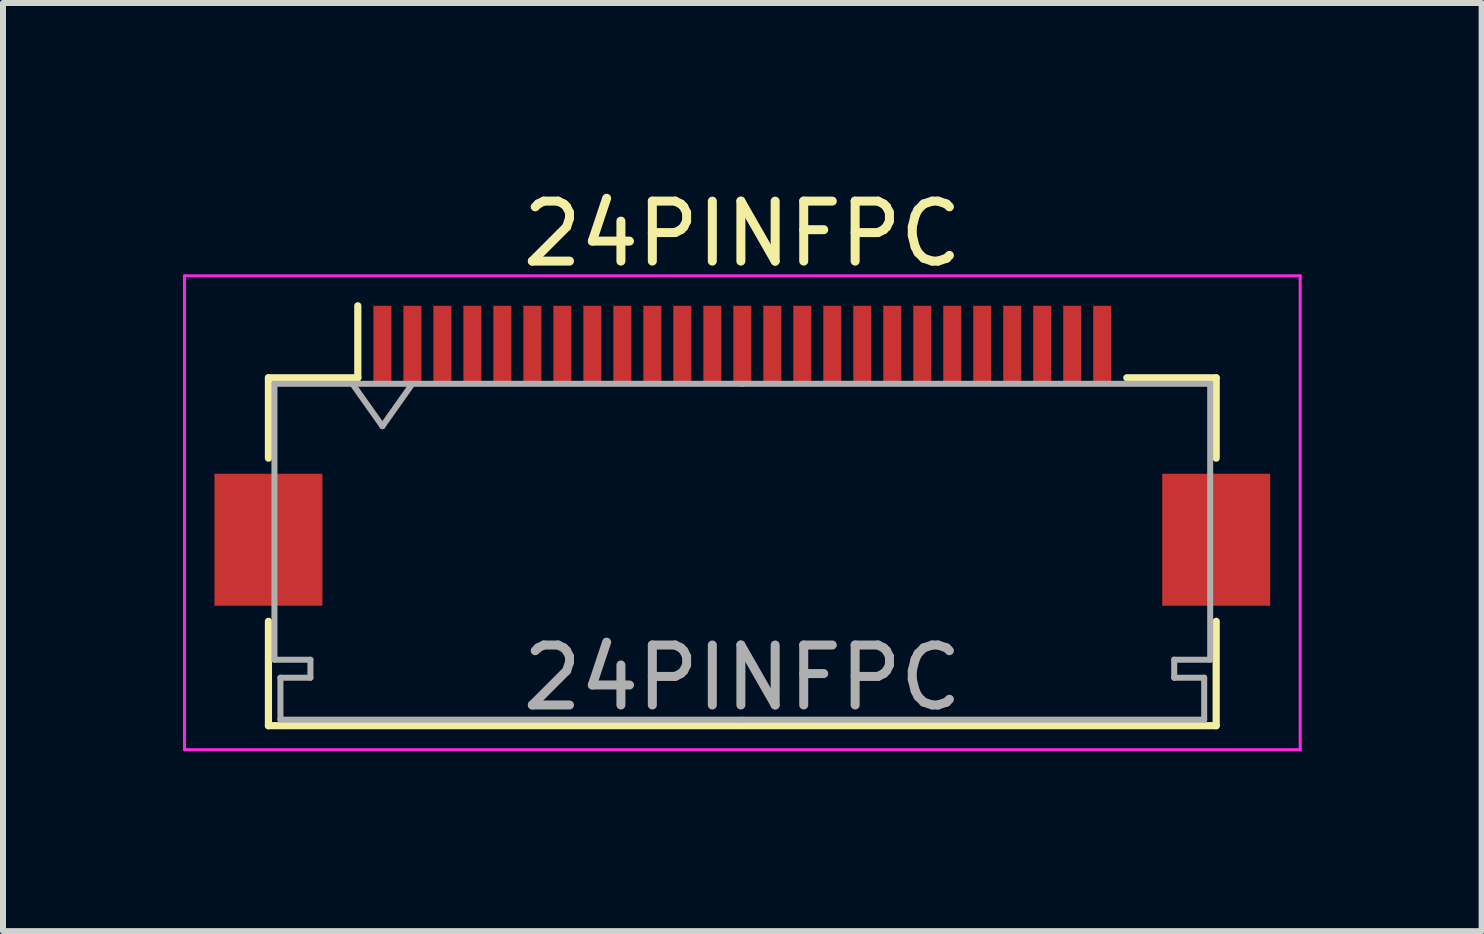
<source format=kicad_pcb>
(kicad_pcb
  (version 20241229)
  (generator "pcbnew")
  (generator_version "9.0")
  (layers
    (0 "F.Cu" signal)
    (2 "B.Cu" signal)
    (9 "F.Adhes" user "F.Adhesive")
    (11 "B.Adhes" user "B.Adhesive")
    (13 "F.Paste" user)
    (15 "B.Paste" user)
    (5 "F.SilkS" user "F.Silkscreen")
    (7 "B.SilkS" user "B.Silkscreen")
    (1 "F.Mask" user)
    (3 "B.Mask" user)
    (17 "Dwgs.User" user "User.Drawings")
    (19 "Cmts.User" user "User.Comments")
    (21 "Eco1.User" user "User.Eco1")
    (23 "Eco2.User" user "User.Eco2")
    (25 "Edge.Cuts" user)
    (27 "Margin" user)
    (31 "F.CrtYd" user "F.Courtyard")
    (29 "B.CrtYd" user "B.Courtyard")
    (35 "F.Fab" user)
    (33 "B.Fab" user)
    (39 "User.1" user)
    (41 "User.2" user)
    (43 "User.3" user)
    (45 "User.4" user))
  (footprint "24PINFPC"
    (layer "F.Cu")
    (at 9.325 4.548)
    (property "Reference" "24PINFPC" (at 0 -3.7 0) (layer "F.SilkS") (effects (font (size 1 1) (thickness 0.15))))
    (attr smd)
    (fp_line (start -7.9 -1.3) (end -7.9 0.04) (stroke (width 0.12) (type solid)) (layer "F.SilkS"))
    (fp_line (start -7.9 2.76) (end -7.9 4.5) (stroke (width 0.12) (type solid)) (layer "F.SilkS"))
    (fp_line (start -7.9 4.5) (end 7.9 4.5) (stroke (width 0.12) (type solid)) (layer "F.SilkS"))
    (fp_line (start -6.41 -1.3) (end -7.9 -1.3) (stroke (width 0.12) (type solid)) (layer "F.SilkS"))
    (fp_line (start -6.41 -1.3) (end -6.41 -2.5) (stroke (width 0.12) (type solid)) (layer "F.SilkS"))
    (fp_line (start 6.41 -1.3) (end 7.9 -1.3) (stroke (width 0.12) (type solid)) (layer "F.SilkS"))
    (fp_line (start 7.9 -1.3) (end 7.9 0.04) (stroke (width 0.12) (type solid)) (layer "F.SilkS"))
    (fp_line (start 7.9 4.5) (end 7.9 2.76) (stroke (width 0.12) (type solid)) (layer "F.SilkS"))
    (fp_line (start -9.3 -3) (end -9.3 4.9) (stroke (width 0.05) (type solid)) (layer "F.CrtYd"))
    (fp_line (start -9.3 4.9) (end 9.3 4.9) (stroke (width 0.05) (type solid)) (layer "F.CrtYd"))
    (fp_line (start 9.3 -3) (end -9.3 -3) (stroke (width 0.05) (type solid)) (layer "F.CrtYd"))
    (fp_line (start 9.3 4.9) (end 9.3 -3) (stroke (width 0.05) (type solid)) (layer "F.CrtYd"))
    (fp_line (start -7.8 -1.2) (end -7.8 3.4) (stroke (width 0.1) (type solid)) (layer "F.Fab"))
    (fp_line (start -7.8 3.4) (end -7.2 3.4) (stroke (width 0.1) (type solid)) (layer "F.Fab"))
    (fp_line (start -7.7 3.7) (end -7.7 4.4) (stroke (width 0.1) (type solid)) (layer "F.Fab"))
    (fp_line (start -7.7 4.4) (end 0 4.4) (stroke (width 0.1) (type solid)) (layer "F.Fab"))
    (fp_line (start -7.2 3.4) (end -7.2 3.7) (stroke (width 0.1) (type solid)) (layer "F.Fab"))
    (fp_line (start -7.2 3.7) (end -7.7 3.7) (stroke (width 0.1) (type solid)) (layer "F.Fab"))
    (fp_line (start -6.5 -1.2) (end -6 -0.493) (stroke (width 0.1) (type solid)) (layer "F.Fab"))
    (fp_line (start -6 -0.493) (end -5.5 -1.2) (stroke (width 0.1) (type solid)) (layer "F.Fab"))
    (fp_line (start 0 -1.2) (end -7.8 -1.2) (stroke (width 0.1) (type solid)) (layer "F.Fab"))
    (fp_line (start 0 -1.2) (end 7.8 -1.2) (stroke (width 0.1) (type solid)) (layer "F.Fab"))
    (fp_line (start 7.2 3.4) (end 7.2 3.7) (stroke (width 0.1) (type solid)) (layer "F.Fab"))
    (fp_line (start 7.2 3.7) (end 7.7 3.7) (stroke (width 0.1) (type solid)) (layer "F.Fab"))
    (fp_line (start 7.7 3.7) (end 7.7 4.4) (stroke (width 0.1) (type solid)) (layer "F.Fab"))
    (fp_line (start 7.7 4.4) (end 0 4.4) (stroke (width 0.1) (type solid)) (layer "F.Fab"))
    (fp_line (start 7.8 -1.2) (end 7.8 3.4) (stroke (width 0.1) (type solid)) (layer "F.Fab"))
    (fp_line (start 7.8 3.4) (end 7.2 3.4) (stroke (width 0.1) (type solid)) (layer "F.Fab"))
    (fp_text user "${REFERENCE}" (at 0 3.7 0) (layer "F.Fab") (effects (font (size 1 1) (thickness 0.15))))
    (pad "1" smd rect (at 6 -1.85) (size 0.3 1.3) (layers "F.Cu" "F.Mask" "F.Paste"))
    (pad "2" smd rect (at 5.5 -1.85) (size 0.3 1.3) (layers "F.Cu" "F.Mask" "F.Paste"))
    (pad "3" smd rect (at 5 -1.85) (size 0.3 1.3) (layers "F.Cu" "F.Mask" "F.Paste"))
    (pad "4" smd rect (at 4.5 -1.85) (size 0.3 1.3) (layers "F.Cu" "F.Mask" "F.Paste"))
    (pad "5" smd rect (at 4 -1.85) (size 0.3 1.3) (layers "F.Cu" "F.Mask" "F.Paste"))
    (pad "6" smd rect (at 3.5 -1.85) (size 0.3 1.3) (layers "F.Cu" "F.Mask" "F.Paste"))
    (pad "7" smd rect (at 3 -1.85) (size 0.3 1.3) (layers "F.Cu" "F.Mask" "F.Paste"))
    (pad "8" smd rect (at 2.5 -1.85) (size 0.3 1.3) (layers "F.Cu" "F.Mask" "F.Paste"))
    (pad "9" smd rect (at 2 -1.85) (size 0.3 1.3) (layers "F.Cu" "F.Mask" "F.Paste"))
    (pad "10" smd rect (at 1.5 -1.85) (size 0.3 1.3) (layers "F.Cu" "F.Mask" "F.Paste"))
    (pad "11" smd rect (at 1 -1.85) (size 0.3 1.3) (layers "F.Cu" "F.Mask" "F.Paste"))
    (pad "12" smd rect (at 0.5 -1.85) (size 0.3 1.3) (layers "F.Cu" "F.Mask" "F.Paste"))
    (pad "13" smd rect (at 0 -1.85) (size 0.3 1.3) (layers "F.Cu" "F.Mask" "F.Paste"))
    (pad "14" smd rect (at -0.5 -1.85) (size 0.3 1.3) (layers "F.Cu" "F.Mask" "F.Paste"))
    (pad "15" smd rect (at -1 -1.85) (size 0.3 1.3) (layers "F.Cu" "F.Mask" "F.Paste"))
    (pad "16" smd rect (at -1.5 -1.85) (size 0.3 1.3) (layers "F.Cu" "F.Mask" "F.Paste"))
    (pad "17" smd rect (at -2 -1.85) (size 0.3 1.3) (layers "F.Cu" "F.Mask" "F.Paste"))
    (pad "18" smd rect (at -2.5 -1.85) (size 0.3 1.3) (layers "F.Cu" "F.Mask" "F.Paste"))
    (pad "19" smd rect (at -3 -1.85) (size 0.3 1.3) (layers "F.Cu" "F.Mask" "F.Paste"))
    (pad "20" smd rect (at -3.5 -1.85) (size 0.3 1.3) (layers "F.Cu" "F.Mask" "F.Paste"))
    (pad "21" smd rect (at -4 -1.85) (size 0.3 1.3) (layers "F.Cu" "F.Mask" "F.Paste"))
    (pad "22" smd rect (at -4.5 -1.85) (size 0.3 1.3) (layers "F.Cu" "F.Mask" "F.Paste"))
    (pad "23" smd rect (at -5 -1.85) (size 0.3 1.3) (layers "F.Cu" "F.Mask" "F.Paste"))
    (pad "24" smd rect (at -5.5 -1.85) (size 0.3 1.3) (layers "F.Cu" "F.Mask" "F.Paste"))
    (pad "25" smd rect (at -6 -1.85) (size 0.3 1.3) (layers "F.Cu" "F.Mask" "F.Paste"))
    (pad "MP" smd rect (at -7.9 1.4) (size 1.8 2.2) (layers "F.Cu" "F.Mask" "F.Paste"))
    (pad "MP" smd rect (at 7.9 1.4) (size 1.8 2.2) (layers "F.Cu" "F.Mask" "F.Paste")))
  (gr_rect
    (start -3 -3)
    (end 21.65 12.473)
    (stroke (width 0.1) (type default))
    (fill no)
    (layer "Edge.Cuts")))
</source>
